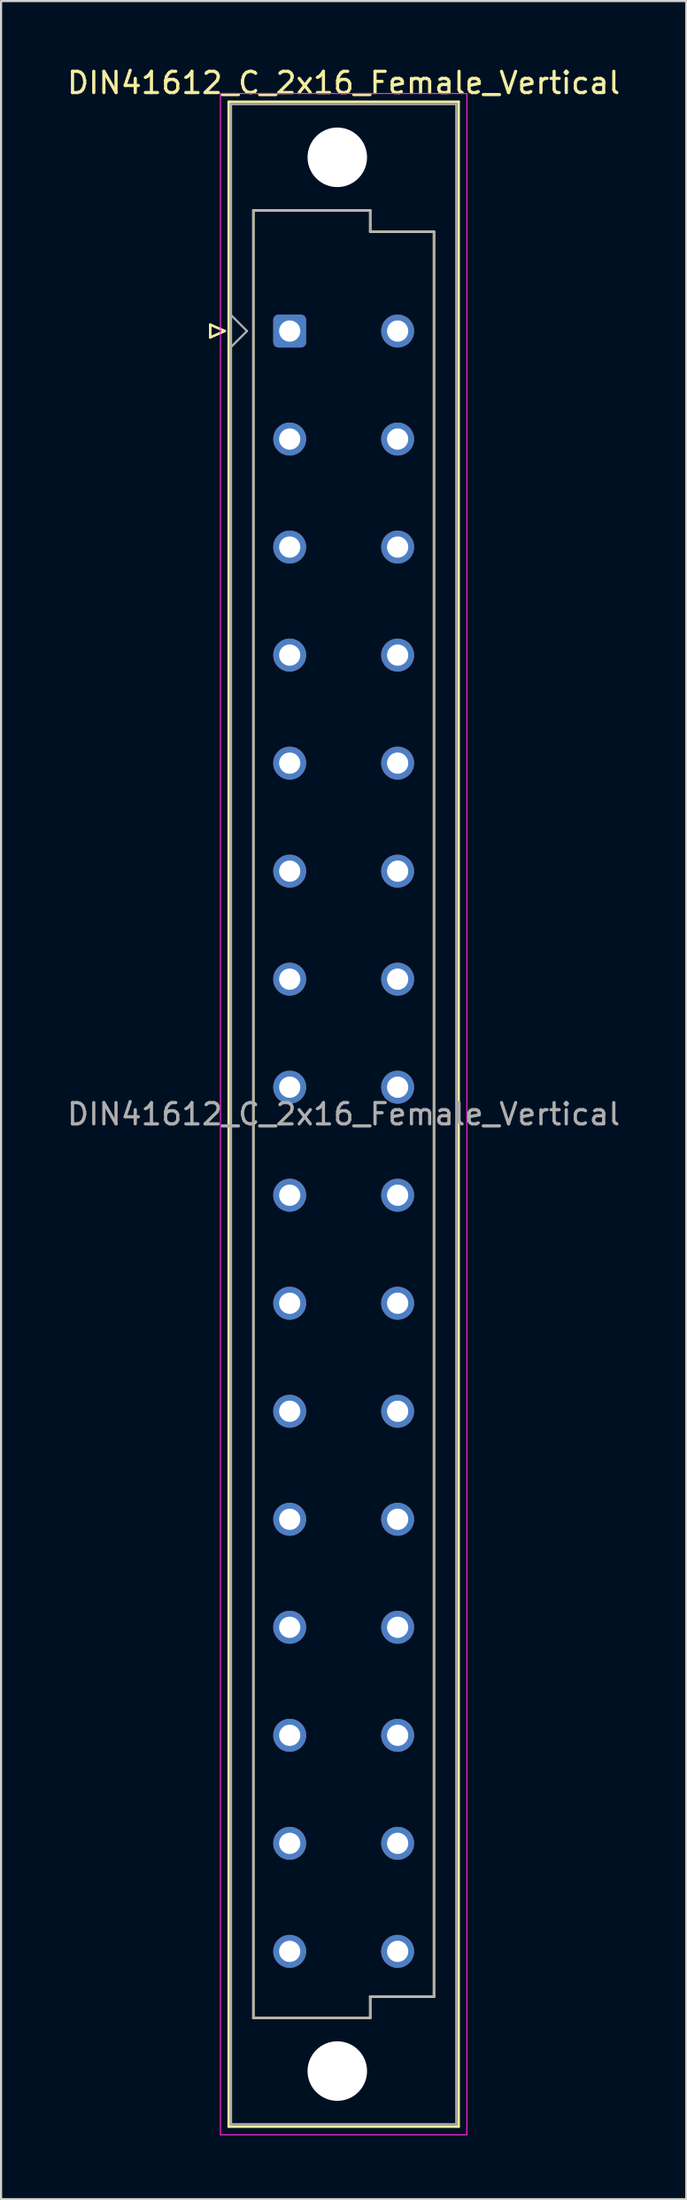
<source format=kicad_pcb>
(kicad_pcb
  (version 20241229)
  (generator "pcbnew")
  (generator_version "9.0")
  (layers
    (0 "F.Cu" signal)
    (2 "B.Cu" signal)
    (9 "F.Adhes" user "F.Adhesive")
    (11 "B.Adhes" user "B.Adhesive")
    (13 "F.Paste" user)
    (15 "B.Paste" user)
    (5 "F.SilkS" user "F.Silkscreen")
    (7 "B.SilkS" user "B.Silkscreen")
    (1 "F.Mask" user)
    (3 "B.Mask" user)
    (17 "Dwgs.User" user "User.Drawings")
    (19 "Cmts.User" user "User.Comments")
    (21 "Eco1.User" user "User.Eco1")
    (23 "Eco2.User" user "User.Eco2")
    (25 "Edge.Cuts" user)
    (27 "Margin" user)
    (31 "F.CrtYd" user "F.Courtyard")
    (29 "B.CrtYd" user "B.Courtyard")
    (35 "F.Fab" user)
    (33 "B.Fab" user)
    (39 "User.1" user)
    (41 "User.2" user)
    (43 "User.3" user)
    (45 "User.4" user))
  (footprint "DIN41612_C_2x16_Female_Vertical"
    (layer "F.Cu")
    (at 10.585 9.978)
    (property "Reference" "DIN41612_C_2x16_Female_Vertical" (at 2.54 -9.13 0) (layer "F.SilkS") (effects (font (size 1 1) (thickness 0.15))))
    (attr through_hole)
    (fp_line (start -3.74 2.24) (end -3.74 2.84) (stroke (width 0.12) (type solid)) (layer "F.SilkS"))
    (fp_line (start -3.74 2.84) (end -3.06 2.54) (stroke (width 0.12) (type solid)) (layer "F.SilkS"))
    (fp_line (start -3.06 2.54) (end -3.74 2.24) (stroke (width 0.12) (type solid)) (layer "F.SilkS"))
    (fp_line (start -2.87 -8.24) (end 7.95 -8.24) (stroke (width 0.12) (type solid)) (layer "F.SilkS"))
    (fp_line (start -2.87 86.98) (end -2.87 -8.24) (stroke (width 0.12) (type solid)) (layer "F.SilkS"))
    (fp_line (start -1.71 -3.13) (end 3.79 -3.13) (stroke (width 0.12) (type solid)) (layer "F.SilkS"))
    (fp_line (start -1.71 81.87) (end -1.71 -3.13) (stroke (width 0.12) (type solid)) (layer "F.SilkS"))
    (fp_line (start 3.79 -3.13) (end 3.79 -2.13) (stroke (width 0.12) (type solid)) (layer "F.SilkS"))
    (fp_line (start 3.79 -2.13) (end 6.79 -2.13) (stroke (width 0.12) (type solid)) (layer "F.SilkS"))
    (fp_line (start 3.79 80.87) (end 3.79 81.87) (stroke (width 0.12) (type solid)) (layer "F.SilkS"))
    (fp_line (start 3.79 81.87) (end -1.71 81.87) (stroke (width 0.12) (type solid)) (layer "F.SilkS"))
    (fp_line (start 6.79 -2.13) (end 6.79 80.87) (stroke (width 0.12) (type solid)) (layer "F.SilkS"))
    (fp_line (start 6.79 80.87) (end 3.79 80.87) (stroke (width 0.12) (type solid)) (layer "F.SilkS"))
    (fp_line (start 7.95 -8.24) (end 7.95 86.98) (stroke (width 0.12) (type solid)) (layer "F.SilkS"))
    (fp_line (start 7.95 86.98) (end -2.87 86.98) (stroke (width 0.12) (type solid)) (layer "F.SilkS"))
    (fp_line (start -3.26 -8.63) (end 8.34 -8.63) (stroke (width 0.05) (type solid)) (layer "F.CrtYd"))
    (fp_line (start -3.26 87.37) (end -3.26 -8.63) (stroke (width 0.05) (type solid)) (layer "F.CrtYd"))
    (fp_line (start 8.34 -8.63) (end 8.34 87.37) (stroke (width 0.05) (type solid)) (layer "F.CrtYd"))
    (fp_line (start 8.34 87.37) (end -3.26 87.37) (stroke (width 0.05) (type solid)) (layer "F.CrtYd"))
    (fp_line (start -2.76 -8.13) (end 7.84 -8.13) (stroke (width 0.1) (type solid)) (layer "F.Fab"))
    (fp_line (start -2.76 1.79) (end -2.01 2.54) (stroke (width 0.1) (type solid)) (layer "F.Fab"))
    (fp_line (start -2.76 86.87) (end -2.76 -8.13) (stroke (width 0.1) (type solid)) (layer "F.Fab"))
    (fp_line (start -2.01 2.54) (end -2.76 3.29) (stroke (width 0.1) (type solid)) (layer "F.Fab"))
    (fp_line (start -1.71 -3.13) (end 3.79 -3.13) (stroke (width 0.1) (type solid)) (layer "F.Fab"))
    (fp_line (start -1.71 81.87) (end -1.71 -3.13) (stroke (width 0.1) (type solid)) (layer "F.Fab"))
    (fp_line (start 3.79 -3.13) (end 3.79 -2.13) (stroke (width 0.1) (type solid)) (layer "F.Fab"))
    (fp_line (start 3.79 -2.13) (end 6.79 -2.13) (stroke (width 0.1) (type solid)) (layer "F.Fab"))
    (fp_line (start 3.79 80.87) (end 3.79 81.87) (stroke (width 0.1) (type solid)) (layer "F.Fab"))
    (fp_line (start 3.79 81.87) (end -1.71 81.87) (stroke (width 0.1) (type solid)) (layer "F.Fab"))
    (fp_line (start 6.79 -2.13) (end 6.79 80.87) (stroke (width 0.1) (type solid)) (layer "F.Fab"))
    (fp_line (start 6.79 80.87) (end 3.79 80.87) (stroke (width 0.1) (type solid)) (layer "F.Fab"))
    (fp_line (start 7.84 -8.13) (end 7.84 86.87) (stroke (width 0.1) (type solid)) (layer "F.Fab"))
    (fp_line (start 7.84 86.87) (end -2.76 86.87) (stroke (width 0.1) (type solid)) (layer "F.Fab"))
    (fp_text user "${REFERENCE}" (at 2.54 39.37 0) (layer "F.Fab") (effects (font (size 1 1) (thickness 0.15))))
    (pad "" np_thru_hole circle (at 2.24 -5.63) (size 2.8 2.8) (drill 2.8) (layers "*.Cu" "*.Mask"))
    (pad "" np_thru_hole circle (at 2.24 84.37) (size 2.8 2.8) (drill 2.8) (layers "*.Cu" "*.Mask"))
    (pad "a2" thru_hole roundrect (at 0 2.54) (size 1.55 1.55) (drill 1) (layers "*.Cu" "*.Mask") (roundrect_rratio 0.161))
    (pad "a4" thru_hole circle (at 0 7.62) (size 1.55 1.55) (drill 1) (layers "*.Cu" "*.Mask"))
    (pad "a6" thru_hole circle (at 0 12.7) (size 1.55 1.55) (drill 1) (layers "*.Cu" "*.Mask"))
    (pad "a8" thru_hole circle (at 0 17.78) (size 1.55 1.55) (drill 1) (layers "*.Cu" "*.Mask"))
    (pad "a10" thru_hole circle (at 0 22.86) (size 1.55 1.55) (drill 1) (layers "*.Cu" "*.Mask"))
    (pad "a12" thru_hole circle (at 0 27.94) (size 1.55 1.55) (drill 1) (layers "*.Cu" "*.Mask"))
    (pad "a14" thru_hole circle (at 0 33.02) (size 1.55 1.55) (drill 1) (layers "*.Cu" "*.Mask"))
    (pad "a16" thru_hole circle (at 0 38.1) (size 1.55 1.55) (drill 1) (layers "*.Cu" "*.Mask"))
    (pad "a18" thru_hole circle (at 0 43.18) (size 1.55 1.55) (drill 1) (layers "*.Cu" "*.Mask"))
    (pad "a20" thru_hole circle (at 0 48.26) (size 1.55 1.55) (drill 1) (layers "*.Cu" "*.Mask"))
    (pad "a22" thru_hole circle (at 0 53.34) (size 1.55 1.55) (drill 1) (layers "*.Cu" "*.Mask"))
    (pad "a24" thru_hole circle (at 0 58.42) (size 1.55 1.55) (drill 1) (layers "*.Cu" "*.Mask"))
    (pad "a26" thru_hole circle (at 0 63.5) (size 1.55 1.55) (drill 1) (layers "*.Cu" "*.Mask"))
    (pad "a28" thru_hole circle (at 0 68.58) (size 1.55 1.55) (drill 1) (layers "*.Cu" "*.Mask"))
    (pad "a30" thru_hole circle (at 0 73.66) (size 1.55 1.55) (drill 1) (layers "*.Cu" "*.Mask"))
    (pad "a32" thru_hole circle (at 0 78.74) (size 1.55 1.55) (drill 1) (layers "*.Cu" "*.Mask"))
    (pad "c2" thru_hole circle (at 5.08 2.54) (size 1.55 1.55) (drill 1) (layers "*.Cu" "*.Mask"))
    (pad "c4" thru_hole circle (at 5.08 7.62) (size 1.55 1.55) (drill 1) (layers "*.Cu" "*.Mask"))
    (pad "c6" thru_hole circle (at 5.08 12.7) (size 1.55 1.55) (drill 1) (layers "*.Cu" "*.Mask"))
    (pad "c8" thru_hole circle (at 5.08 17.78) (size 1.55 1.55) (drill 1) (layers "*.Cu" "*.Mask"))
    (pad "c10" thru_hole circle (at 5.08 22.86) (size 1.55 1.55) (drill 1) (layers "*.Cu" "*.Mask"))
    (pad "c12" thru_hole circle (at 5.08 27.94) (size 1.55 1.55) (drill 1) (layers "*.Cu" "*.Mask"))
    (pad "c14" thru_hole circle (at 5.08 33.02) (size 1.55 1.55) (drill 1) (layers "*.Cu" "*.Mask"))
    (pad "c16" thru_hole circle (at 5.08 38.1) (size 1.55 1.55) (drill 1) (layers "*.Cu" "*.Mask"))
    (pad "c18" thru_hole circle (at 5.08 43.18) (size 1.55 1.55) (drill 1) (layers "*.Cu" "*.Mask"))
    (pad "c20" thru_hole circle (at 5.08 48.26) (size 1.55 1.55) (drill 1) (layers "*.Cu" "*.Mask"))
    (pad "c22" thru_hole circle (at 5.08 53.34) (size 1.55 1.55) (drill 1) (layers "*.Cu" "*.Mask"))
    (pad "c24" thru_hole circle (at 5.08 58.42) (size 1.55 1.55) (drill 1) (layers "*.Cu" "*.Mask"))
    (pad "c26" thru_hole circle (at 5.08 63.5) (size 1.55 1.55) (drill 1) (layers "*.Cu" "*.Mask"))
    (pad "c28" thru_hole circle (at 5.08 68.58) (size 1.55 1.55) (drill 1) (layers "*.Cu" "*.Mask"))
    (pad "c30" thru_hole circle (at 5.08 73.66) (size 1.55 1.55) (drill 1) (layers "*.Cu" "*.Mask"))
    (pad "c32" thru_hole circle (at 5.08 78.74) (size 1.55 1.55) (drill 1) (layers "*.Cu" "*.Mask")))
  (gr_rect
    (start -3 -3)
    (end 29.25 100.373)
    (stroke (width 0.1) (type default))
    (fill no)
    (layer "Edge.Cuts")))
</source>
